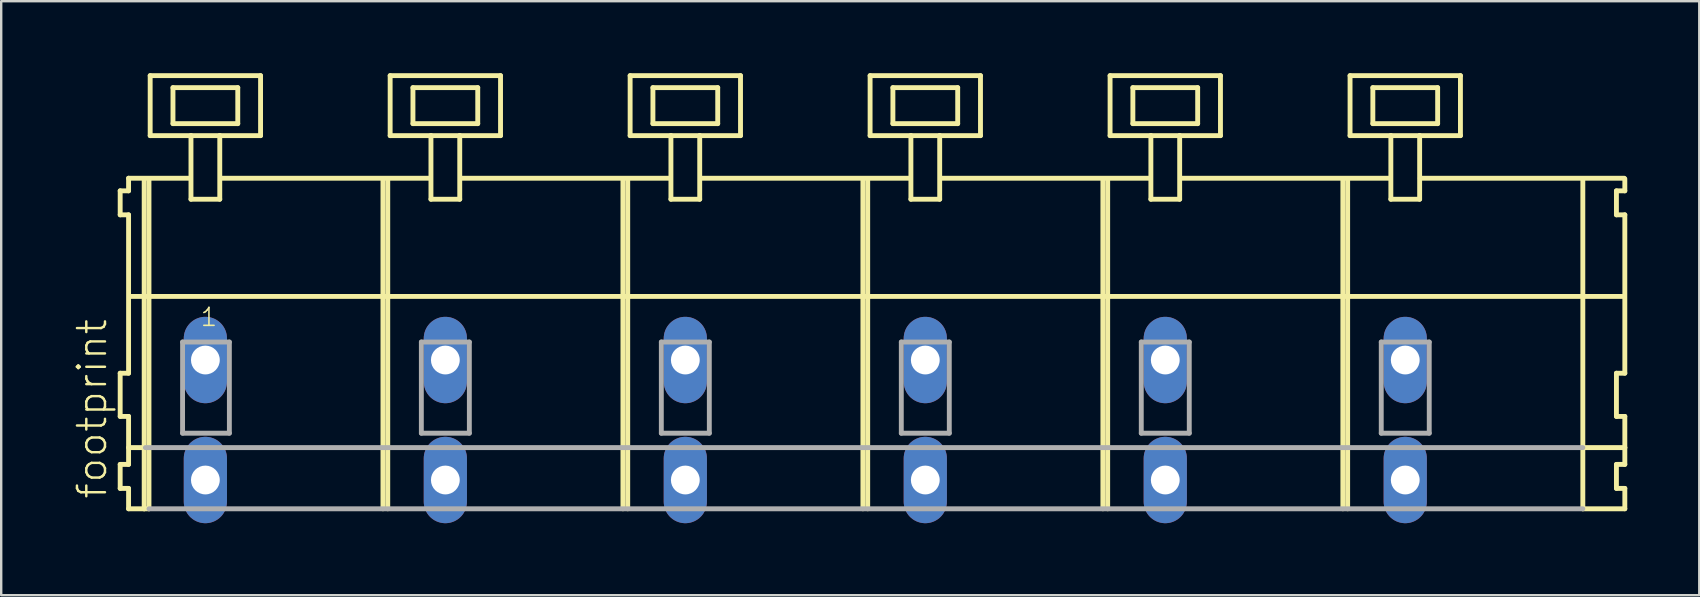
<source format=kicad_pcb>
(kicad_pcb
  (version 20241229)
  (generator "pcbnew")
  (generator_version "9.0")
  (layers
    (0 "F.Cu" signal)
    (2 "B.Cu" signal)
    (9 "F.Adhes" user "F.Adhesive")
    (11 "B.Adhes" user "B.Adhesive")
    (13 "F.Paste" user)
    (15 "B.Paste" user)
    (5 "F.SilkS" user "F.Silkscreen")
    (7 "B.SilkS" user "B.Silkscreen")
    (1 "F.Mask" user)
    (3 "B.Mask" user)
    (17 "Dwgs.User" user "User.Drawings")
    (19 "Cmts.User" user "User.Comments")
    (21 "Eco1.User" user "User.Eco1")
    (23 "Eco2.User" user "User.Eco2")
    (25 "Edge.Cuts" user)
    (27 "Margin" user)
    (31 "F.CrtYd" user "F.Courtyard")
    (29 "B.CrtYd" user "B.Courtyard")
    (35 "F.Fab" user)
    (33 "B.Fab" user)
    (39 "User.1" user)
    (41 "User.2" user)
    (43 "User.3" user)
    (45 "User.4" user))
  (footprint "footprint"
    (layer "F.Cu")
    (at 33.008 11.952)
    (property "Reference" "footprint" (at -31.535 5.855 90) (layer "F.SilkS") (effects (font (size 1.168 1.168) (thickness 0.102)) (justify left bottom)))
    (fp_line (start -31.05 -7.05) (end -31.05 -6.05) (stroke (width 0.203) (type solid)) (layer "F.SilkS"))
    (fp_line (start -31.05 -6.05) (end -30.7 -6.05) (stroke (width 0.203) (type solid)) (layer "F.SilkS"))
    (fp_line (start -31.05 0.55) (end -31.05 2.35) (stroke (width 0.203) (type solid)) (layer "F.SilkS"))
    (fp_line (start -31.05 2.35) (end -30.7 2.35) (stroke (width 0.203) (type solid)) (layer "F.SilkS"))
    (fp_line (start -31.05 4.35) (end -31.05 5.35) (stroke (width 0.203) (type solid)) (layer "F.SilkS"))
    (fp_line (start -31.05 5.35) (end -30.7 5.35) (stroke (width 0.203) (type solid)) (layer "F.SilkS"))
    (fp_line (start -30.7 -7.575) (end -30.7 -7.05) (stroke (width 0.203) (type solid)) (layer "F.SilkS"))
    (fp_line (start -30.7 -7.575) (end -28.125 -7.575) (stroke (width 0.203) (type solid)) (layer "F.SilkS"))
    (fp_line (start -30.7 -7.05) (end -31.05 -7.05) (stroke (width 0.203) (type solid)) (layer "F.SilkS"))
    (fp_line (start -30.7 -6.05) (end -30.7 0.55) (stroke (width 0.203) (type solid)) (layer "F.SilkS"))
    (fp_line (start -30.7 0.55) (end -31.05 0.55) (stroke (width 0.203) (type solid)) (layer "F.SilkS"))
    (fp_line (start -30.7 2.35) (end -30.7 4.35) (stroke (width 0.203) (type solid)) (layer "F.SilkS"))
    (fp_line (start -30.7 3.65) (end -30 3.65) (stroke (width 0.203) (type solid)) (layer "F.SilkS"))
    (fp_line (start -30.7 4.35) (end -31.05 4.35) (stroke (width 0.203) (type solid)) (layer "F.SilkS"))
    (fp_line (start -30.7 5.35) (end -30.7 6.2) (stroke (width 0.203) (type solid)) (layer "F.SilkS"))
    (fp_line (start -30.7 6.2) (end -30.05 6.2) (stroke (width 0.203) (type solid)) (layer "F.SilkS"))
    (fp_line (start -30.65 -2.65) (end 31.6 -2.65) (stroke (width 0.203) (type solid)) (layer "F.SilkS"))
    (fp_line (start -30.05 -7.55) (end -30.05 6.2) (stroke (width 0.203) (type solid)) (layer "F.SilkS"))
    (fp_line (start -30.05 6.2) (end -29.85 6.2) (stroke (width 0.203) (type solid)) (layer "F.SilkS"))
    (fp_line (start -29.85 -7.55) (end -29.85 6.2) (stroke (width 0.203) (type solid)) (layer "F.SilkS"))
    (fp_line (start -29.8 -11.85) (end -29.8 -9.35) (stroke (width 0.203) (type solid)) (layer "F.SilkS"))
    (fp_line (start -29.8 -9.35) (end -28.1 -9.35) (stroke (width 0.203) (type solid)) (layer "F.SilkS"))
    (fp_line (start -28.85 -11.35) (end -28.85 -9.85) (stroke (width 0.203) (type solid)) (layer "F.SilkS"))
    (fp_line (start -28.85 -9.85) (end -26.15 -9.85) (stroke (width 0.203) (type solid)) (layer "F.SilkS"))
    (fp_line (start -28.1 -9.35) (end -28.1 -6.7) (stroke (width 0.203) (type solid)) (layer "F.SilkS"))
    (fp_line (start -28.1 -9.35) (end -26.9 -9.35) (stroke (width 0.203) (type solid)) (layer "F.SilkS"))
    (fp_line (start -28.1 -6.7) (end -26.9 -6.7) (stroke (width 0.203) (type solid)) (layer "F.SilkS"))
    (fp_line (start -26.9 -9.35) (end -25.2 -9.35) (stroke (width 0.203) (type solid)) (layer "F.SilkS"))
    (fp_line (start -26.9 -6.7) (end -26.9 -9.35) (stroke (width 0.203) (type solid)) (layer "F.SilkS"))
    (fp_line (start -26.825 -7.575) (end -18.125 -7.575) (stroke (width 0.203) (type solid)) (layer "F.SilkS"))
    (fp_line (start -26.15 -11.35) (end -28.85 -11.35) (stroke (width 0.203) (type solid)) (layer "F.SilkS"))
    (fp_line (start -26.15 -9.85) (end -26.15 -11.35) (stroke (width 0.203) (type solid)) (layer "F.SilkS"))
    (fp_line (start -25.2 -11.85) (end -29.8 -11.85) (stroke (width 0.203) (type solid)) (layer "F.SilkS"))
    (fp_line (start -25.2 -9.35) (end -25.2 -11.85) (stroke (width 0.203) (type solid)) (layer "F.SilkS"))
    (fp_line (start -20.1 -7.55) (end -20.1 6.2) (stroke (width 0.203) (type solid)) (layer "F.SilkS"))
    (fp_line (start -19.9 -7.55) (end -19.9 6.2) (stroke (width 0.203) (type solid)) (layer "F.SilkS"))
    (fp_line (start -19.8 -11.85) (end -19.8 -9.35) (stroke (width 0.203) (type solid)) (layer "F.SilkS"))
    (fp_line (start -19.8 -9.35) (end -18.1 -9.35) (stroke (width 0.203) (type solid)) (layer "F.SilkS"))
    (fp_line (start -18.85 -11.35) (end -18.85 -9.85) (stroke (width 0.203) (type solid)) (layer "F.SilkS"))
    (fp_line (start -18.85 -9.85) (end -16.15 -9.85) (stroke (width 0.203) (type solid)) (layer "F.SilkS"))
    (fp_line (start -18.1 -9.35) (end -18.1 -6.7) (stroke (width 0.203) (type solid)) (layer "F.SilkS"))
    (fp_line (start -18.1 -9.35) (end -16.9 -9.35) (stroke (width 0.203) (type solid)) (layer "F.SilkS"))
    (fp_line (start -18.1 -6.7) (end -16.9 -6.7) (stroke (width 0.203) (type solid)) (layer "F.SilkS"))
    (fp_line (start -16.9 -9.35) (end -15.2 -9.35) (stroke (width 0.203) (type solid)) (layer "F.SilkS"))
    (fp_line (start -16.9 -6.7) (end -16.9 -9.35) (stroke (width 0.203) (type solid)) (layer "F.SilkS"))
    (fp_line (start -16.825 -7.575) (end -8.125 -7.575) (stroke (width 0.203) (type solid)) (layer "F.SilkS"))
    (fp_line (start -16.15 -11.35) (end -18.85 -11.35) (stroke (width 0.203) (type solid)) (layer "F.SilkS"))
    (fp_line (start -16.15 -9.85) (end -16.15 -11.35) (stroke (width 0.203) (type solid)) (layer "F.SilkS"))
    (fp_line (start -15.2 -11.85) (end -19.8 -11.85) (stroke (width 0.203) (type solid)) (layer "F.SilkS"))
    (fp_line (start -15.2 -9.35) (end -15.2 -11.85) (stroke (width 0.203) (type solid)) (layer "F.SilkS"))
    (fp_line (start -10.1 -7.55) (end -10.1 6.2) (stroke (width 0.203) (type solid)) (layer "F.SilkS"))
    (fp_line (start -9.9 -7.55) (end -9.9 6.2) (stroke (width 0.203) (type solid)) (layer "F.SilkS"))
    (fp_line (start -9.8 -11.85) (end -9.8 -9.35) (stroke (width 0.203) (type solid)) (layer "F.SilkS"))
    (fp_line (start -9.8 -9.35) (end -8.1 -9.35) (stroke (width 0.203) (type solid)) (layer "F.SilkS"))
    (fp_line (start -8.85 -11.35) (end -8.85 -9.85) (stroke (width 0.203) (type solid)) (layer "F.SilkS"))
    (fp_line (start -8.85 -9.85) (end -6.15 -9.85) (stroke (width 0.203) (type solid)) (layer "F.SilkS"))
    (fp_line (start -8.1 -9.35) (end -8.1 -6.7) (stroke (width 0.203) (type solid)) (layer "F.SilkS"))
    (fp_line (start -8.1 -9.35) (end -6.9 -9.35) (stroke (width 0.203) (type solid)) (layer "F.SilkS"))
    (fp_line (start -8.1 -6.7) (end -6.9 -6.7) (stroke (width 0.203) (type solid)) (layer "F.SilkS"))
    (fp_line (start -6.9 -9.35) (end -5.2 -9.35) (stroke (width 0.203) (type solid)) (layer "F.SilkS"))
    (fp_line (start -6.9 -6.7) (end -6.9 -9.35) (stroke (width 0.203) (type solid)) (layer "F.SilkS"))
    (fp_line (start -6.825 -7.575) (end 1.875 -7.575) (stroke (width 0.203) (type solid)) (layer "F.SilkS"))
    (fp_line (start -6.15 -11.35) (end -8.85 -11.35) (stroke (width 0.203) (type solid)) (layer "F.SilkS"))
    (fp_line (start -6.15 -9.85) (end -6.15 -11.35) (stroke (width 0.203) (type solid)) (layer "F.SilkS"))
    (fp_line (start -5.2 -11.85) (end -9.8 -11.85) (stroke (width 0.203) (type solid)) (layer "F.SilkS"))
    (fp_line (start -5.2 -9.35) (end -5.2 -11.85) (stroke (width 0.203) (type solid)) (layer "F.SilkS"))
    (fp_line (start -0.1 -7.55) (end -0.1 6.2) (stroke (width 0.203) (type solid)) (layer "F.SilkS"))
    (fp_line (start 0.1 -7.55) (end 0.1 6.2) (stroke (width 0.203) (type solid)) (layer "F.SilkS"))
    (fp_line (start 0.2 -11.85) (end 0.2 -9.35) (stroke (width 0.203) (type solid)) (layer "F.SilkS"))
    (fp_line (start 0.2 -9.35) (end 1.9 -9.35) (stroke (width 0.203) (type solid)) (layer "F.SilkS"))
    (fp_line (start 1.15 -11.35) (end 1.15 -9.85) (stroke (width 0.203) (type solid)) (layer "F.SilkS"))
    (fp_line (start 1.15 -9.85) (end 3.85 -9.85) (stroke (width 0.203) (type solid)) (layer "F.SilkS"))
    (fp_line (start 1.9 -9.35) (end 1.9 -6.7) (stroke (width 0.203) (type solid)) (layer "F.SilkS"))
    (fp_line (start 1.9 -9.35) (end 3.1 -9.35) (stroke (width 0.203) (type solid)) (layer "F.SilkS"))
    (fp_line (start 1.9 -6.7) (end 3.1 -6.7) (stroke (width 0.203) (type solid)) (layer "F.SilkS"))
    (fp_line (start 3.1 -9.35) (end 4.8 -9.35) (stroke (width 0.203) (type solid)) (layer "F.SilkS"))
    (fp_line (start 3.1 -6.7) (end 3.1 -9.35) (stroke (width 0.203) (type solid)) (layer "F.SilkS"))
    (fp_line (start 3.175 -7.575) (end 11.875 -7.575) (stroke (width 0.203) (type solid)) (layer "F.SilkS"))
    (fp_line (start 3.85 -11.35) (end 1.15 -11.35) (stroke (width 0.203) (type solid)) (layer "F.SilkS"))
    (fp_line (start 3.85 -9.85) (end 3.85 -11.35) (stroke (width 0.203) (type solid)) (layer "F.SilkS"))
    (fp_line (start 4.8 -11.85) (end 0.2 -11.85) (stroke (width 0.203) (type solid)) (layer "F.SilkS"))
    (fp_line (start 4.8 -9.35) (end 4.8 -11.85) (stroke (width 0.203) (type solid)) (layer "F.SilkS"))
    (fp_line (start 9.9 -7.55) (end 9.9 6.2) (stroke (width 0.203) (type solid)) (layer "F.SilkS"))
    (fp_line (start 10.1 -7.55) (end 10.1 6.2) (stroke (width 0.203) (type solid)) (layer "F.SilkS"))
    (fp_line (start 10.2 -11.85) (end 10.2 -9.35) (stroke (width 0.203) (type solid)) (layer "F.SilkS"))
    (fp_line (start 10.2 -9.35) (end 11.9 -9.35) (stroke (width 0.203) (type solid)) (layer "F.SilkS"))
    (fp_line (start 11.15 -11.35) (end 11.15 -9.85) (stroke (width 0.203) (type solid)) (layer "F.SilkS"))
    (fp_line (start 11.15 -9.85) (end 13.85 -9.85) (stroke (width 0.203) (type solid)) (layer "F.SilkS"))
    (fp_line (start 11.9 -9.35) (end 11.9 -6.7) (stroke (width 0.203) (type solid)) (layer "F.SilkS"))
    (fp_line (start 11.9 -9.35) (end 13.1 -9.35) (stroke (width 0.203) (type solid)) (layer "F.SilkS"))
    (fp_line (start 11.9 -6.7) (end 13.1 -6.7) (stroke (width 0.203) (type solid)) (layer "F.SilkS"))
    (fp_line (start 13.1 -9.35) (end 14.8 -9.35) (stroke (width 0.203) (type solid)) (layer "F.SilkS"))
    (fp_line (start 13.1 -6.7) (end 13.1 -9.35) (stroke (width 0.203) (type solid)) (layer "F.SilkS"))
    (fp_line (start 13.175 -7.575) (end 21.875 -7.575) (stroke (width 0.203) (type solid)) (layer "F.SilkS"))
    (fp_line (start 13.85 -11.35) (end 11.15 -11.35) (stroke (width 0.203) (type solid)) (layer "F.SilkS"))
    (fp_line (start 13.85 -9.85) (end 13.85 -11.35) (stroke (width 0.203) (type solid)) (layer "F.SilkS"))
    (fp_line (start 14.8 -11.85) (end 10.2 -11.85) (stroke (width 0.203) (type solid)) (layer "F.SilkS"))
    (fp_line (start 14.8 -9.35) (end 14.8 -11.85) (stroke (width 0.203) (type solid)) (layer "F.SilkS"))
    (fp_line (start 19.9 -7.55) (end 19.9 6.2) (stroke (width 0.203) (type solid)) (layer "F.SilkS"))
    (fp_line (start 20.1 -7.55) (end 20.1 6.2) (stroke (width 0.203) (type solid)) (layer "F.SilkS"))
    (fp_line (start 20.2 -11.85) (end 20.2 -9.35) (stroke (width 0.203) (type solid)) (layer "F.SilkS"))
    (fp_line (start 20.2 -9.35) (end 21.9 -9.35) (stroke (width 0.203) (type solid)) (layer "F.SilkS"))
    (fp_line (start 21.15 -11.35) (end 21.15 -9.85) (stroke (width 0.203) (type solid)) (layer "F.SilkS"))
    (fp_line (start 21.15 -9.85) (end 23.85 -9.85) (stroke (width 0.203) (type solid)) (layer "F.SilkS"))
    (fp_line (start 21.9 -9.35) (end 21.9 -6.7) (stroke (width 0.203) (type solid)) (layer "F.SilkS"))
    (fp_line (start 21.9 -9.35) (end 23.1 -9.35) (stroke (width 0.203) (type solid)) (layer "F.SilkS"))
    (fp_line (start 21.9 -6.7) (end 23.1 -6.7) (stroke (width 0.203) (type solid)) (layer "F.SilkS"))
    (fp_line (start 23.1 -9.35) (end 24.8 -9.35) (stroke (width 0.203) (type solid)) (layer "F.SilkS"))
    (fp_line (start 23.1 -6.7) (end 23.1 -9.35) (stroke (width 0.203) (type solid)) (layer "F.SilkS"))
    (fp_line (start 23.125 -7.575) (end 31.625 -7.575) (stroke (width 0.203) (type solid)) (layer "F.SilkS"))
    (fp_line (start 23.85 -11.35) (end 21.15 -11.35) (stroke (width 0.203) (type solid)) (layer "F.SilkS"))
    (fp_line (start 23.85 -9.85) (end 23.85 -11.35) (stroke (width 0.203) (type solid)) (layer "F.SilkS"))
    (fp_line (start 24.8 -11.85) (end 20.2 -11.85) (stroke (width 0.203) (type solid)) (layer "F.SilkS"))
    (fp_line (start 24.8 -9.35) (end 24.8 -11.85) (stroke (width 0.203) (type solid)) (layer "F.SilkS"))
    (fp_line (start 29.9 -7.55) (end 29.9 6.2) (stroke (width 0.203) (type solid)) (layer "F.SilkS"))
    (fp_line (start 29.9 6.2) (end 31.65 6.2) (stroke (width 0.203) (type solid)) (layer "F.SilkS"))
    (fp_line (start 29.95 3.65) (end 31.65 3.65) (stroke (width 0.203) (type solid)) (layer "F.SilkS"))
    (fp_line (start 31.3 -7.05) (end 31.3 -6.05) (stroke (width 0.203) (type solid)) (layer "F.SilkS"))
    (fp_line (start 31.3 -6.05) (end 31.65 -6.05) (stroke (width 0.203) (type solid)) (layer "F.SilkS"))
    (fp_line (start 31.3 0.55) (end 31.3 2.35) (stroke (width 0.203) (type solid)) (layer "F.SilkS"))
    (fp_line (start 31.3 2.35) (end 31.65 2.35) (stroke (width 0.203) (type solid)) (layer "F.SilkS"))
    (fp_line (start 31.3 4.35) (end 31.3 5.35) (stroke (width 0.203) (type solid)) (layer "F.SilkS"))
    (fp_line (start 31.3 5.35) (end 31.65 5.35) (stroke (width 0.203) (type solid)) (layer "F.SilkS"))
    (fp_line (start 31.65 -7.05) (end 31.3 -7.05) (stroke (width 0.203) (type solid)) (layer "F.SilkS"))
    (fp_line (start 31.65 -7.05) (end 31.65 -7.55) (stroke (width 0.203) (type solid)) (layer "F.SilkS"))
    (fp_line (start 31.65 0.55) (end 31.3 0.55) (stroke (width 0.203) (type solid)) (layer "F.SilkS"))
    (fp_line (start 31.65 0.55) (end 31.65 -6.05) (stroke (width 0.203) (type solid)) (layer "F.SilkS"))
    (fp_line (start 31.65 3.65) (end 31.65 2.35) (stroke (width 0.203) (type solid)) (layer "F.SilkS"))
    (fp_line (start 31.65 4.35) (end 31.3 4.35) (stroke (width 0.203) (type solid)) (layer "F.SilkS"))
    (fp_line (start 31.65 4.35) (end 31.65 3.65) (stroke (width 0.203) (type solid)) (layer "F.SilkS"))
    (fp_line (start 31.65 6.2) (end 31.65 5.35) (stroke (width 0.203) (type solid)) (layer "F.SilkS"))
    (fp_line (start -30 3.65) (end 29.9 3.65) (stroke (width 0.203) (type solid)) (layer "F.Fab"))
    (fp_line (start -29.85 6.2) (end 29.9 6.2) (stroke (width 0.203) (type solid)) (layer "F.Fab"))
    (fp_line (start -28.45 -0.75) (end -28.45 3.05) (stroke (width 0.203) (type solid)) (layer "F.Fab"))
    (fp_line (start -28.45 3.05) (end -26.5 3.05) (stroke (width 0.203) (type solid)) (layer "F.Fab"))
    (fp_line (start -26.5 -0.75) (end -28.45 -0.75) (stroke (width 0.203) (type solid)) (layer "F.Fab"))
    (fp_line (start -26.5 3.05) (end -26.5 -0.75) (stroke (width 0.203) (type solid)) (layer "F.Fab"))
    (fp_line (start -18.5 -0.75) (end -18.5 3.05) (stroke (width 0.203) (type solid)) (layer "F.Fab"))
    (fp_line (start -18.5 3.05) (end -16.5 3.05) (stroke (width 0.203) (type solid)) (layer "F.Fab"))
    (fp_line (start -16.5 -0.75) (end -18.5 -0.75) (stroke (width 0.203) (type solid)) (layer "F.Fab"))
    (fp_line (start -16.5 3.05) (end -16.5 -0.75) (stroke (width 0.203) (type solid)) (layer "F.Fab"))
    (fp_line (start -8.5 -0.75) (end -8.5 3.05) (stroke (width 0.203) (type solid)) (layer "F.Fab"))
    (fp_line (start -8.5 3.05) (end -6.5 3.05) (stroke (width 0.203) (type solid)) (layer "F.Fab"))
    (fp_line (start -6.5 -0.75) (end -8.5 -0.75) (stroke (width 0.203) (type solid)) (layer "F.Fab"))
    (fp_line (start -6.5 3.05) (end -6.5 -0.75) (stroke (width 0.203) (type solid)) (layer "F.Fab"))
    (fp_line (start 1.5 -0.75) (end 1.5 3.05) (stroke (width 0.203) (type solid)) (layer "F.Fab"))
    (fp_line (start 1.5 3.05) (end 3.5 3.05) (stroke (width 0.203) (type solid)) (layer "F.Fab"))
    (fp_line (start 3.5 -0.75) (end 1.5 -0.75) (stroke (width 0.203) (type solid)) (layer "F.Fab"))
    (fp_line (start 3.5 3.05) (end 3.5 -0.75) (stroke (width 0.203) (type solid)) (layer "F.Fab"))
    (fp_line (start 11.5 -0.75) (end 11.5 3.05) (stroke (width 0.203) (type solid)) (layer "F.Fab"))
    (fp_line (start 11.5 3.05) (end 13.5 3.05) (stroke (width 0.203) (type solid)) (layer "F.Fab"))
    (fp_line (start 13.5 -0.75) (end 11.5 -0.75) (stroke (width 0.203) (type solid)) (layer "F.Fab"))
    (fp_line (start 13.5 3.05) (end 13.5 -0.75) (stroke (width 0.203) (type solid)) (layer "F.Fab"))
    (fp_line (start 21.5 -0.75) (end 21.5 3.05) (stroke (width 0.203) (type solid)) (layer "F.Fab"))
    (fp_line (start 21.5 3.05) (end 23.5 3.05) (stroke (width 0.203) (type solid)) (layer "F.Fab"))
    (fp_line (start 23.5 -0.75) (end 21.5 -0.75) (stroke (width 0.203) (type solid)) (layer "F.Fab"))
    (fp_line (start 23.5 3.05) (end 23.5 -0.75) (stroke (width 0.203) (type solid)) (layer "F.Fab"))
    (fp_text user "1" (at -27.75 -1.35 0) (layer "F.SilkS") (effects (font (size 0.748 0.748) (thickness 0.065)) (justify left bottom)))
    (pad "A1" thru_hole oval (at -27.5 0 90) (size 3.6 1.8) (drill 1.2) (layers "*.Cu" "*.Mask"))
    (pad "A2" thru_hole oval (at -17.5 0 90) (size 3.6 1.8) (drill 1.2) (layers "*.Cu" "*.Mask"))
    (pad "A3" thru_hole oval (at -7.5 0 90) (size 3.6 1.8) (drill 1.2) (layers "*.Cu" "*.Mask"))
    (pad "A4" thru_hole oval (at 2.5 0 90) (size 3.6 1.8) (drill 1.2) (layers "*.Cu" "*.Mask"))
    (pad "A5" thru_hole oval (at 12.5 0 90) (size 3.6 1.8) (drill 1.2) (layers "*.Cu" "*.Mask"))
    (pad "A6" thru_hole oval (at 22.5 0 90) (size 3.6 1.8) (drill 1.2) (layers "*.Cu" "*.Mask"))
    (pad "B1" thru_hole oval (at -27.5 5 90) (size 3.6 1.8) (drill 1.2) (layers "*.Cu" "*.Mask"))
    (pad "B2" thru_hole oval (at -17.5 5 90) (size 3.6 1.8) (drill 1.2) (layers "*.Cu" "*.Mask"))
    (pad "B3" thru_hole oval (at -7.5 5 90) (size 3.6 1.8) (drill 1.2) (layers "*.Cu" "*.Mask"))
    (pad "B4" thru_hole oval (at 2.5 5 90) (size 3.6 1.8) (drill 1.2) (layers "*.Cu" "*.Mask"))
    (pad "B5" thru_hole oval (at 12.5 5 90) (size 3.6 1.8) (drill 1.2) (layers "*.Cu" "*.Mask"))
    (pad "B6" thru_hole oval (at 22.5 5 90) (size 3.6 1.8) (drill 1.2) (layers "*.Cu" "*.Mask")))
  (gr_rect
    (start -3 -3)
    (end 67.76 21.752)
    (stroke (width 0.1) (type default))
    (fill no)
    (layer "Edge.Cuts")))
</source>
